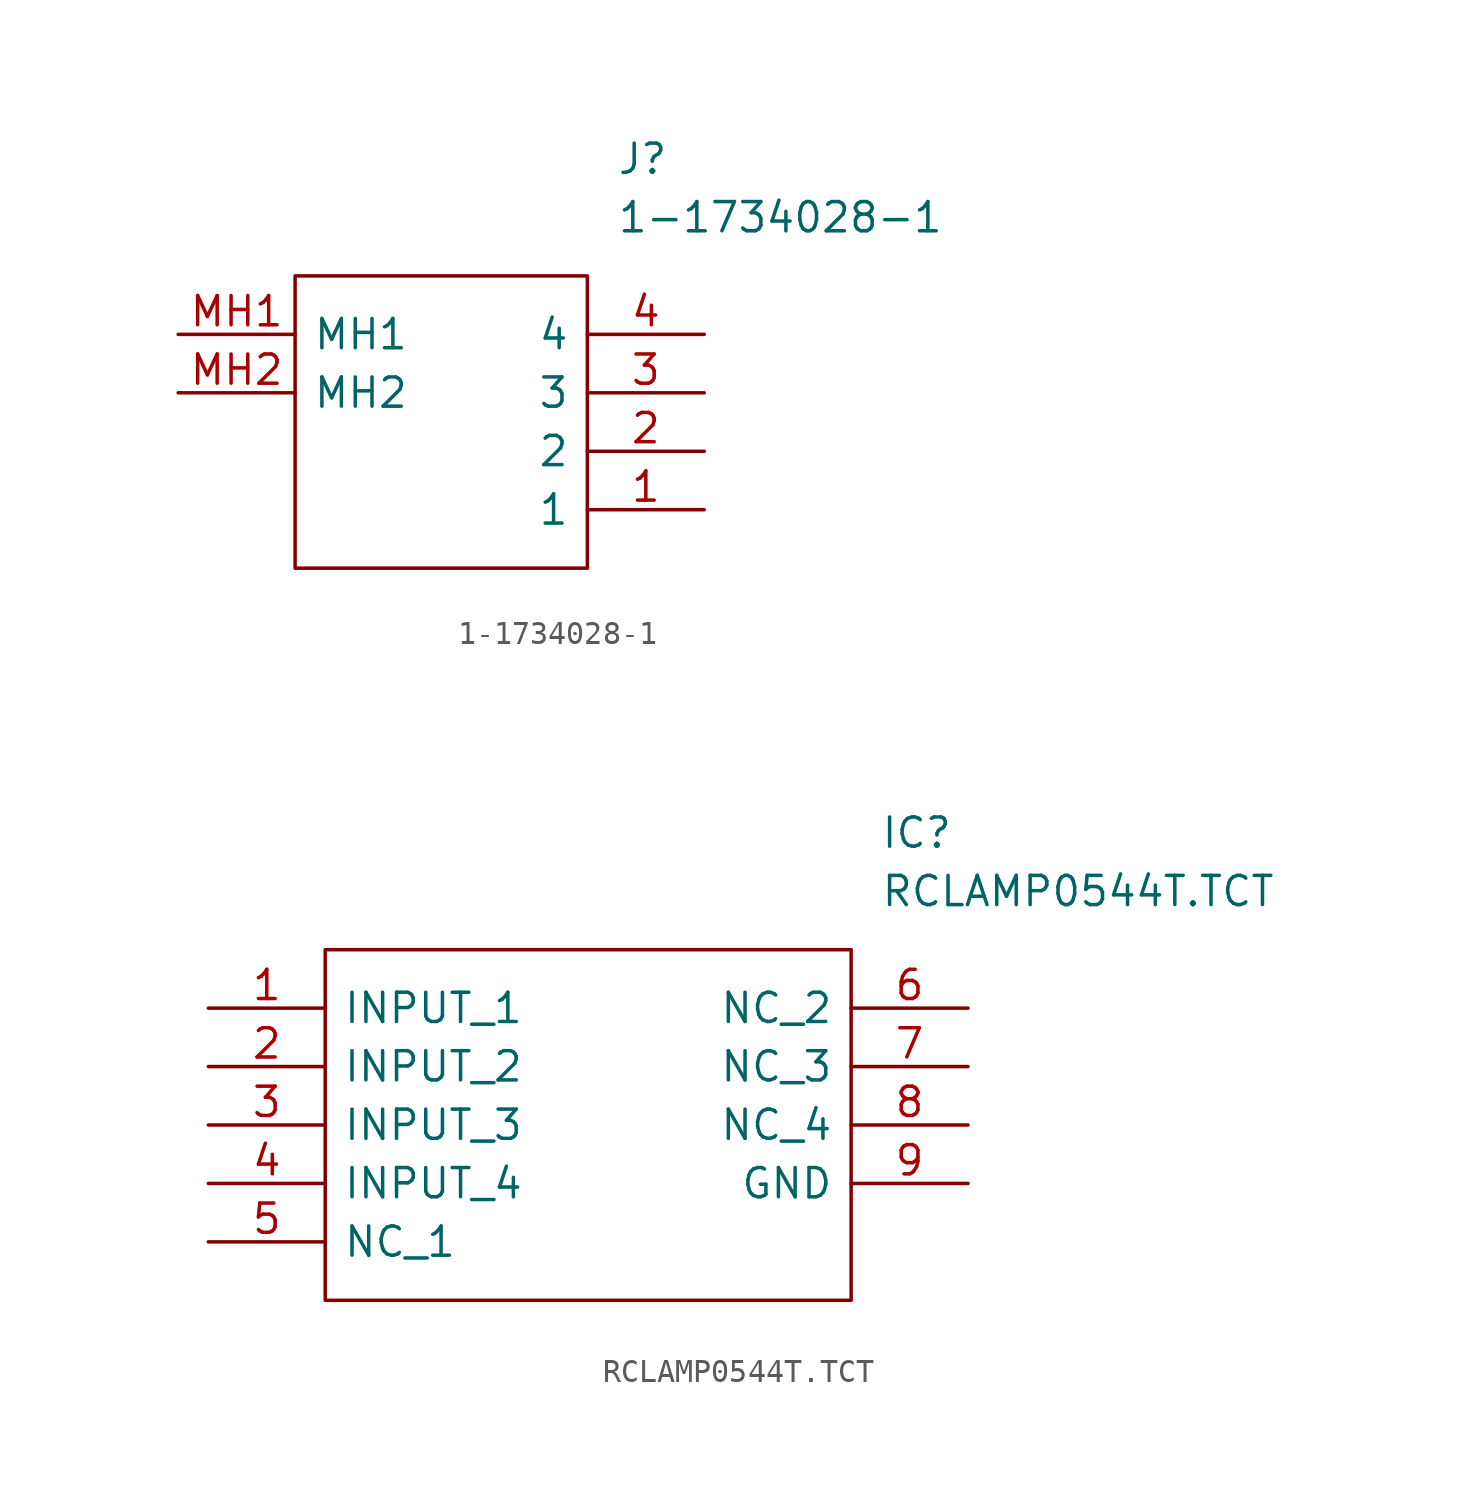
<source format=kicad_sym>
(kicad_symbol_lib
  (version 20211014)
  (generator kicad_symbol_editor)
  (symbol "1-1734028-1"
    (pin_names
      (offset 0.762))
    (property "Reference" "J"
      (at 19.05 7.62 0)
      (effects (font (size 1.27 1.27)) (justify left)))
    (property "Value" "1-1734028-1"
      (at 19.05 5.08 0)
      (effects (font (size 1.27 1.27)) (justify left)))
    (symbol "1-1734028-1_0_0"
      (pin passive line (at 22.86 -7.62 180) (length 5.08) (name "1" (effects (font (size 1.27 1.27)))) (number "1" (effects (font (size 1.27 1.27)))))
      (pin passive line (at 22.86 -5.08 180) (length 5.08) (name "2" (effects (font (size 1.27 1.27)))) (number "2" (effects (font (size 1.27 1.27)))))
      (pin passive line (at 22.86 -2.54 180) (length 5.08) (name "3" (effects (font (size 1.27 1.27)))) (number "3" (effects (font (size 1.27 1.27)))))
      (pin passive line (at 22.86 0 180) (length 5.08) (name "4" (effects (font (size 1.27 1.27)))) (number "4" (effects (font (size 1.27 1.27)))))
      (pin passive line (at 0 0 0) (length 5.08) (name "MH1" (effects (font (size 1.27 1.27)))) (number "MH1" (effects (font (size 1.27 1.27)))))
      (pin passive line (at 0 -2.54 0) (length 5.08) (name "MH2" (effects (font (size 1.27 1.27)))) (number "MH2" (effects (font (size 1.27 1.27))))))
    (symbol "1-1734028-1_0_1"
      (polyline (pts (xy 5.08 2.54) (xy 17.78 2.54) (xy 17.78 -10.16) (xy 5.08 -10.16) (xy 5.08 2.54)) (stroke (width 0.152) (type default) (color 0 0 0 0)) (fill (type none)))))
  (symbol "RCLAMP0544T.TCT"
    (pin_names
      (offset 0.762))
    (property "Reference" "IC"
      (at 29.21 7.62 0)
      (effects (font (size 1.27 1.27)) (justify left)))
    (property "Value" "RCLAMP0544T.TCT"
      (at 29.21 5.08 0)
      (effects (font (size 1.27 1.27)) (justify left)))
    (symbol "RCLAMP0544T.TCT_0_0"
      (pin passive line (at 0 0 0) (length 5.08) (name "INPUT_1" (effects (font (size 1.27 1.27)))) (number "1" (effects (font (size 1.27 1.27)))))
      (pin passive line (at 0 -2.54 0) (length 5.08) (name "INPUT_2" (effects (font (size 1.27 1.27)))) (number "2" (effects (font (size 1.27 1.27)))))
      (pin passive line (at 0 -5.08 0) (length 5.08) (name "INPUT_3" (effects (font (size 1.27 1.27)))) (number "3" (effects (font (size 1.27 1.27)))))
      (pin passive line (at 0 -7.62 0) (length 5.08) (name "INPUT_4" (effects (font (size 1.27 1.27)))) (number "4" (effects (font (size 1.27 1.27)))))
      (pin passive line (at 0 -10.16 0) (length 5.08) (name "NC_1" (effects (font (size 1.27 1.27)))) (number "5" (effects (font (size 1.27 1.27)))))
      (pin passive line (at 33.02 0 180) (length 5.08) (name "NC_2" (effects (font (size 1.27 1.27)))) (number "6" (effects (font (size 1.27 1.27)))))
      (pin passive line (at 33.02 -2.54 180) (length 5.08) (name "NC_3" (effects (font (size 1.27 1.27)))) (number "7" (effects (font (size 1.27 1.27)))))
      (pin passive line (at 33.02 -5.08 180) (length 5.08) (name "NC_4" (effects (font (size 1.27 1.27)))) (number "8" (effects (font (size 1.27 1.27)))))
      (pin passive line (at 33.02 -7.62 180) (length 5.08) (name "GND" (effects (font (size 1.27 1.27)))) (number "9" (effects (font (size 1.27 1.27))))))
    (symbol "RCLAMP0544T.TCT_0_1"
      (polyline (pts (xy 5.08 2.54) (xy 27.94 2.54) (xy 27.94 -12.7) (xy 5.08 -12.7) (xy 5.08 2.54)) (stroke (width 0.152) (type default) (color 0 0 0 0)) (fill (type none))))))
</source>
